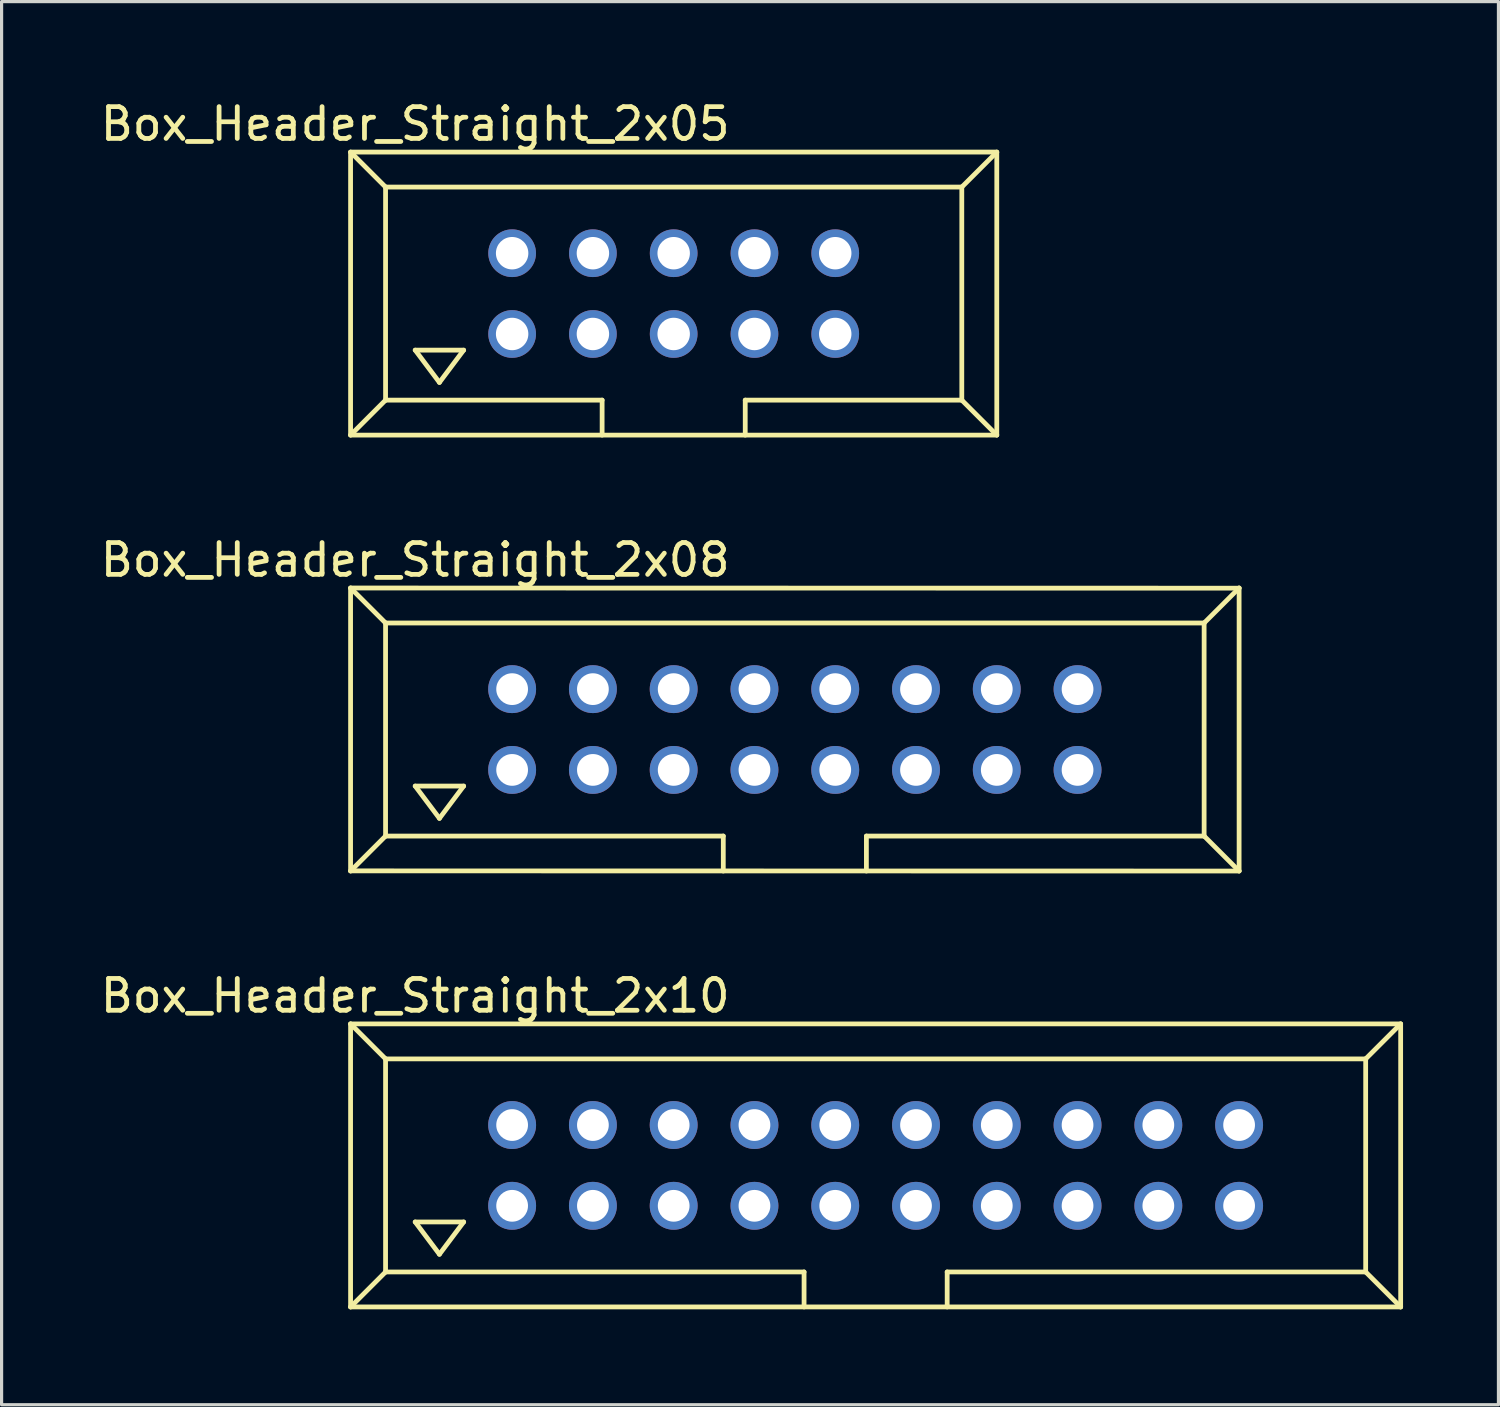
<source format=kicad_pcb>
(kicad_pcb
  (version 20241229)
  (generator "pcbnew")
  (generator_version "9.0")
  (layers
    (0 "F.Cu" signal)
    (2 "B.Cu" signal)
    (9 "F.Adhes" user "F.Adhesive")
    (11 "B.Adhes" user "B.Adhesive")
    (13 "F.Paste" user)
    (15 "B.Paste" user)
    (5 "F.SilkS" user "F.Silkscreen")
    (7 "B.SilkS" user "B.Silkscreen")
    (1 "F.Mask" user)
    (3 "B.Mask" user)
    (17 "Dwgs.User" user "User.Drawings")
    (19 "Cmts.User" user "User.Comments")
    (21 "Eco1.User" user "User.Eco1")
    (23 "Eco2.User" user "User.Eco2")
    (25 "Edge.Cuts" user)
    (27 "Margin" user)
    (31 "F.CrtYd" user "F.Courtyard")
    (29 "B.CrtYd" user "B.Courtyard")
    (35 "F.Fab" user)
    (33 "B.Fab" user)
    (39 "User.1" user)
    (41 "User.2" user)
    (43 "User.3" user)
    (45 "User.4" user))
  (footprint "Box_Header_Straight_2x10"
    (layer "F.Cu")
    (at 24.484 33.597)
    (property "Reference" "Box_Header_Straight_2x10" (at -14.478 -5.334 0) (layer "F.SilkS") (effects (font (size 1 1) (thickness 0.15))))
    (attr exclude_from_pos_files exclude_from_bom)
    (fp_line (start -16.51 -4.45) (end -16.51 4.45) (stroke (width 0.15) (type solid)) (layer "F.SilkS"))
    (fp_line (start -16.51 -4.45) (end -15.41 -3.35) (stroke (width 0.15) (type solid)) (layer "F.SilkS"))
    (fp_line (start -16.51 4.45) (end 16.51 4.45) (stroke (width 0.15) (type solid)) (layer "F.SilkS"))
    (fp_line (start -15.41 -3.35) (end -15.41 3.35) (stroke (width 0.15) (type solid)) (layer "F.SilkS"))
    (fp_line (start -15.41 -3.35) (end 15.41 -3.35) (stroke (width 0.15) (type solid)) (layer "F.SilkS"))
    (fp_line (start -15.41 3.35) (end -16.51 4.45) (stroke (width 0.15) (type solid)) (layer "F.SilkS"))
    (fp_line (start -15.41 3.35) (end -2.25 3.35) (stroke (width 0.15) (type solid)) (layer "F.SilkS"))
    (fp_line (start -14.478 1.778) (end -13.716 2.794) (stroke (width 0.15) (type solid)) (layer "F.SilkS"))
    (fp_line (start -13.716 2.794) (end -12.954 1.778) (stroke (width 0.15) (type solid)) (layer "F.SilkS"))
    (fp_line (start -12.954 1.778) (end -14.478 1.778) (stroke (width 0.15) (type solid)) (layer "F.SilkS"))
    (fp_line (start -2.25 3.35) (end -2.25 4.45) (stroke (width 0.15) (type solid)) (layer "F.SilkS"))
    (fp_line (start 2.25 3.35) (end 2.25 4.45) (stroke (width 0.15) (type solid)) (layer "F.SilkS"))
    (fp_line (start 15.41 -3.35) (end 15.41 3.35) (stroke (width 0.15) (type solid)) (layer "F.SilkS"))
    (fp_line (start 15.41 -3.35) (end 16.51 -4.45) (stroke (width 0.15) (type solid)) (layer "F.SilkS"))
    (fp_line (start 15.41 3.35) (end 2.25 3.35) (stroke (width 0.15) (type solid)) (layer "F.SilkS"))
    (fp_line (start 15.41 3.35) (end 16.51 4.45) (stroke (width 0.15) (type solid)) (layer "F.SilkS"))
    (fp_line (start 16.51 -4.45) (end -16.51 -4.45) (stroke (width 0.15) (type solid)) (layer "F.SilkS"))
    (fp_line (start 16.51 -4.45) (end 16.51 4.45) (stroke (width 0.15) (type solid)) (layer "F.SilkS"))
    (pad "1" thru_hole circle (at -11.43 1.27) (size 1.506 1.506) (drill 0.998) (layers "*.Cu" "*.Mask"))
    (pad "2" thru_hole circle (at -11.43 -1.27) (size 1.506 1.506) (drill 0.998) (layers "*.Cu" "*.Mask"))
    (pad "3" thru_hole circle (at -8.89 1.27) (size 1.506 1.506) (drill 0.998) (layers "*.Cu" "*.Mask"))
    (pad "4" thru_hole circle (at -8.89 -1.27) (size 1.506 1.506) (drill 0.998) (layers "*.Cu" "*.Mask"))
    (pad "5" thru_hole circle (at -6.35 1.27) (size 1.506 1.506) (drill 0.998) (layers "*.Cu" "*.Mask"))
    (pad "6" thru_hole circle (at -6.35 -1.27) (size 1.506 1.506) (drill 0.998) (layers "*.Cu" "*.Mask"))
    (pad "7" thru_hole circle (at -3.81 1.27) (size 1.506 1.506) (drill 0.998) (layers "*.Cu" "*.Mask"))
    (pad "8" thru_hole circle (at -3.81 -1.27) (size 1.506 1.506) (drill 0.998) (layers "*.Cu" "*.Mask"))
    (pad "9" thru_hole circle (at -1.27 1.27) (size 1.506 1.506) (drill 0.998) (layers "*.Cu" "*.Mask"))
    (pad "10" thru_hole circle (at -1.27 -1.27) (size 1.506 1.506) (drill 0.998) (layers "*.Cu" "*.Mask"))
    (pad "11" thru_hole circle (at 1.27 1.27) (size 1.506 1.506) (drill 0.998) (layers "*.Cu" "*.Mask"))
    (pad "12" thru_hole circle (at 1.27 -1.27) (size 1.506 1.506) (drill 0.998) (layers "*.Cu" "*.Mask"))
    (pad "13" thru_hole circle (at 3.81 1.27) (size 1.506 1.506) (drill 0.998) (layers "*.Cu" "*.Mask"))
    (pad "14" thru_hole circle (at 3.81 -1.27) (size 1.506 1.506) (drill 0.998) (layers "*.Cu" "*.Mask"))
    (pad "15" thru_hole circle (at 6.35 1.27) (size 1.506 1.506) (drill 0.998) (layers "*.Cu" "*.Mask"))
    (pad "16" thru_hole circle (at 6.35 -1.27) (size 1.506 1.506) (drill 0.998) (layers "*.Cu" "*.Mask"))
    (pad "17" thru_hole circle (at 8.89 1.27) (size 1.506 1.506) (drill 0.998) (layers "*.Cu" "*.Mask"))
    (pad "18" thru_hole circle (at 8.89 -1.27) (size 1.506 1.506) (drill 0.998) (layers "*.Cu" "*.Mask"))
    (pad "19" thru_hole circle (at 11.43 1.27) (size 1.506 1.506) (drill 0.998) (layers "*.Cu" "*.Mask"))
    (pad "20" thru_hole circle (at 11.43 -1.27) (size 1.506 1.506) (drill 0.998) (layers "*.Cu" "*.Mask")))
  (footprint "Box_Header_Straight_2x05"
    (layer "F.Cu")
    (at 18.134 6.182)
    (property "Reference" "Box_Header_Straight_2x05" (at -8.128 -5.334 0) (layer "F.SilkS") (effects (font (size 1 1) (thickness 0.15))))
    (attr exclude_from_pos_files exclude_from_bom)
    (fp_line (start -10.16 -4.445) (end -10.16 4.445) (stroke (width 0.15) (type solid)) (layer "F.SilkS"))
    (fp_line (start -10.16 4.45) (end 10.16 4.45) (stroke (width 0.15) (type solid)) (layer "F.SilkS"))
    (fp_line (start -9.06 -3.35) (end -10.16 -4.45) (stroke (width 0.15) (type solid)) (layer "F.SilkS"))
    (fp_line (start -9.06 -3.35) (end -9.06 3.35) (stroke (width 0.15) (type solid)) (layer "F.SilkS"))
    (fp_line (start -9.06 3.35) (end -10.16 4.45) (stroke (width 0.15) (type solid)) (layer "F.SilkS"))
    (fp_line (start -9.06 3.35) (end -2.25 3.35) (stroke (width 0.15) (type solid)) (layer "F.SilkS"))
    (fp_line (start -8.128 1.778) (end -7.366 2.794) (stroke (width 0.15) (type solid)) (layer "F.SilkS"))
    (fp_line (start -7.366 2.794) (end -6.604 1.778) (stroke (width 0.15) (type solid)) (layer "F.SilkS"))
    (fp_line (start -6.604 1.778) (end -8.128 1.778) (stroke (width 0.15) (type solid)) (layer "F.SilkS"))
    (fp_line (start -2.25 3.35) (end -2.25 4.45) (stroke (width 0.15) (type solid)) (layer "F.SilkS"))
    (fp_line (start 2.25 3.35) (end 9.06 3.35) (stroke (width 0.15) (type solid)) (layer "F.SilkS"))
    (fp_line (start 2.25 4.45) (end 2.25 3.35) (stroke (width 0.15) (type solid)) (layer "F.SilkS"))
    (fp_line (start 9.06 -3.35) (end -9.06 -3.35) (stroke (width 0.15) (type solid)) (layer "F.SilkS"))
    (fp_line (start 9.06 -3.35) (end 10.16 -4.45) (stroke (width 0.15) (type solid)) (layer "F.SilkS"))
    (fp_line (start 9.06 3.35) (end 9.06 -3.35) (stroke (width 0.15) (type solid)) (layer "F.SilkS"))
    (fp_line (start 9.06 3.35) (end 10.16 4.45) (stroke (width 0.15) (type solid)) (layer "F.SilkS"))
    (fp_line (start 10.16 -4.45) (end -10.16 -4.45) (stroke (width 0.15) (type solid)) (layer "F.SilkS"))
    (fp_line (start 10.16 -4.445) (end 10.16 4.445) (stroke (width 0.15) (type solid)) (layer "F.SilkS"))
    (pad "1" thru_hole circle (at -5.08 1.27) (size 1.5 1.5) (drill 1.02) (layers "*.Cu" "*.Mask"))
    (pad "2" thru_hole circle (at -5.08 -1.27) (size 1.5 1.5) (drill 1.02) (layers "*.Cu" "*.Mask"))
    (pad "3" thru_hole circle (at -2.54 1.27) (size 1.5 1.5) (drill 1.02) (layers "*.Cu" "*.Mask"))
    (pad "4" thru_hole circle (at -2.54 -1.27) (size 1.5 1.5) (drill 1.02) (layers "*.Cu" "*.Mask"))
    (pad "5" thru_hole circle (at 0 1.27) (size 1.5 1.5) (drill 1.02) (layers "*.Cu" "*.Mask"))
    (pad "6" thru_hole circle (at 0 -1.27) (size 1.5 1.5) (drill 1.02) (layers "*.Cu" "*.Mask"))
    (pad "7" thru_hole circle (at 2.54 1.27) (size 1.5 1.5) (drill 1.02) (layers "*.Cu" "*.Mask"))
    (pad "8" thru_hole circle (at 2.54 -1.27) (size 1.5 1.5) (drill 1.02) (layers "*.Cu" "*.Mask"))
    (pad "9" thru_hole circle (at 5.08 1.27) (size 1.5 1.5) (drill 1.02) (layers "*.Cu" "*.Mask"))
    (pad "10" thru_hole circle (at 5.08 -1.27) (size 1.5 1.5) (drill 1.02) (layers "*.Cu" "*.Mask")))
  (footprint "Box_Header_Straight_2x08"
    (layer "F.Cu")
    (at 21.944 19.89)
    (property "Reference" "Box_Header_Straight_2x08" (at -11.938 -5.334 0) (layer "F.SilkS") (effects (font (size 1 1) (thickness 0.15))))
    (attr exclude_from_pos_files exclude_from_bom)
    (fp_line (start -13.97 -4.45) (end -13.97 4.445) (stroke (width 0.15) (type solid)) (layer "F.SilkS"))
    (fp_line (start -13.97 -4.45) (end 13.97 -4.445) (stroke (width 0.15) (type solid)) (layer "F.SilkS"))
    (fp_line (start -12.87 -3.35) (end -13.97 -4.45) (stroke (width 0.15) (type solid)) (layer "F.SilkS"))
    (fp_line (start -12.87 -3.35) (end -12.87 3.35) (stroke (width 0.15) (type solid)) (layer "F.SilkS"))
    (fp_line (start -12.87 3.35) (end -13.97 4.45) (stroke (width 0.15) (type solid)) (layer "F.SilkS"))
    (fp_line (start -12.87 3.35) (end -2.25 3.35) (stroke (width 0.15) (type solid)) (layer "F.SilkS"))
    (fp_line (start -11.938 1.778) (end -11.176 2.794) (stroke (width 0.15) (type solid)) (layer "F.SilkS"))
    (fp_line (start -11.176 2.794) (end -10.414 1.778) (stroke (width 0.15) (type solid)) (layer "F.SilkS"))
    (fp_line (start -10.414 1.778) (end -11.938 1.778) (stroke (width 0.15) (type solid)) (layer "F.SilkS"))
    (fp_line (start -2.25 3.35) (end -2.25 4.45) (stroke (width 0.15) (type solid)) (layer "F.SilkS"))
    (fp_line (start 2.25 3.35) (end 12.87 3.35) (stroke (width 0.15) (type solid)) (layer "F.SilkS"))
    (fp_line (start 2.25 4.45) (end 2.25 3.35) (stroke (width 0.15) (type solid)) (layer "F.SilkS"))
    (fp_line (start 12.87 -3.35) (end -12.87 -3.35) (stroke (width 0.15) (type solid)) (layer "F.SilkS"))
    (fp_line (start 12.87 -3.35) (end 13.97 -4.45) (stroke (width 0.15) (type solid)) (layer "F.SilkS"))
    (fp_line (start 12.87 3.35) (end 12.87 -3.35) (stroke (width 0.15) (type solid)) (layer "F.SilkS"))
    (fp_line (start 12.87 3.35) (end 13.97 4.45) (stroke (width 0.15) (type solid)) (layer "F.SilkS"))
    (fp_line (start 13.97 -4.45) (end 13.97 4.445) (stroke (width 0.15) (type solid)) (layer "F.SilkS"))
    (fp_line (start 13.97 4.45) (end -13.97 4.445) (stroke (width 0.15) (type solid)) (layer "F.SilkS"))
    (pad "1" thru_hole circle (at -8.89 1.27) (size 1.506 1.506) (drill 0.998) (layers "*.Cu" "*.Mask"))
    (pad "2" thru_hole circle (at -8.89 -1.27) (size 1.506 1.506) (drill 0.998) (layers "*.Cu" "*.Mask"))
    (pad "3" thru_hole circle (at -6.35 1.27) (size 1.506 1.506) (drill 0.998) (layers "*.Cu" "*.Mask"))
    (pad "4" thru_hole circle (at -6.35 -1.27) (size 1.506 1.506) (drill 0.998) (layers "*.Cu" "*.Mask"))
    (pad "5" thru_hole circle (at -3.81 1.27) (size 1.506 1.506) (drill 0.998) (layers "*.Cu" "*.Mask"))
    (pad "6" thru_hole circle (at -3.81 -1.27) (size 1.506 1.506) (drill 0.998) (layers "*.Cu" "*.Mask"))
    (pad "7" thru_hole circle (at -1.27 1.27) (size 1.506 1.506) (drill 0.998) (layers "*.Cu" "*.Mask"))
    (pad "8" thru_hole circle (at -1.27 -1.27) (size 1.506 1.506) (drill 0.998) (layers "*.Cu" "*.Mask"))
    (pad "9" thru_hole circle (at 1.27 1.27) (size 1.506 1.506) (drill 0.998) (layers "*.Cu" "*.Mask"))
    (pad "10" thru_hole circle (at 1.27 -1.27) (size 1.506 1.506) (drill 0.998) (layers "*.Cu" "*.Mask"))
    (pad "11" thru_hole circle (at 3.81 1.27) (size 1.506 1.506) (drill 0.998) (layers "*.Cu" "*.Mask"))
    (pad "12" thru_hole circle (at 3.81 -1.27) (size 1.506 1.506) (drill 0.998) (layers "*.Cu" "*.Mask"))
    (pad "13" thru_hole circle (at 6.35 1.27) (size 1.506 1.506) (drill 0.998) (layers "*.Cu" "*.Mask"))
    (pad "14" thru_hole circle (at 6.35 -1.27) (size 1.506 1.506) (drill 0.998) (layers "*.Cu" "*.Mask"))
    (pad "15" thru_hole circle (at 8.89 1.27) (size 1.506 1.506) (drill 0.998) (layers "*.Cu" "*.Mask"))
    (pad "16" thru_hole circle (at 8.89 -1.27) (size 1.506 1.506) (drill 0.998) (layers "*.Cu" "*.Mask")))
  (gr_rect
    (start -3 -3)
    (end 44.069 41.122)
    (stroke (width 0.1) (type default))
    (fill no)
    (layer "Edge.Cuts")))
</source>
